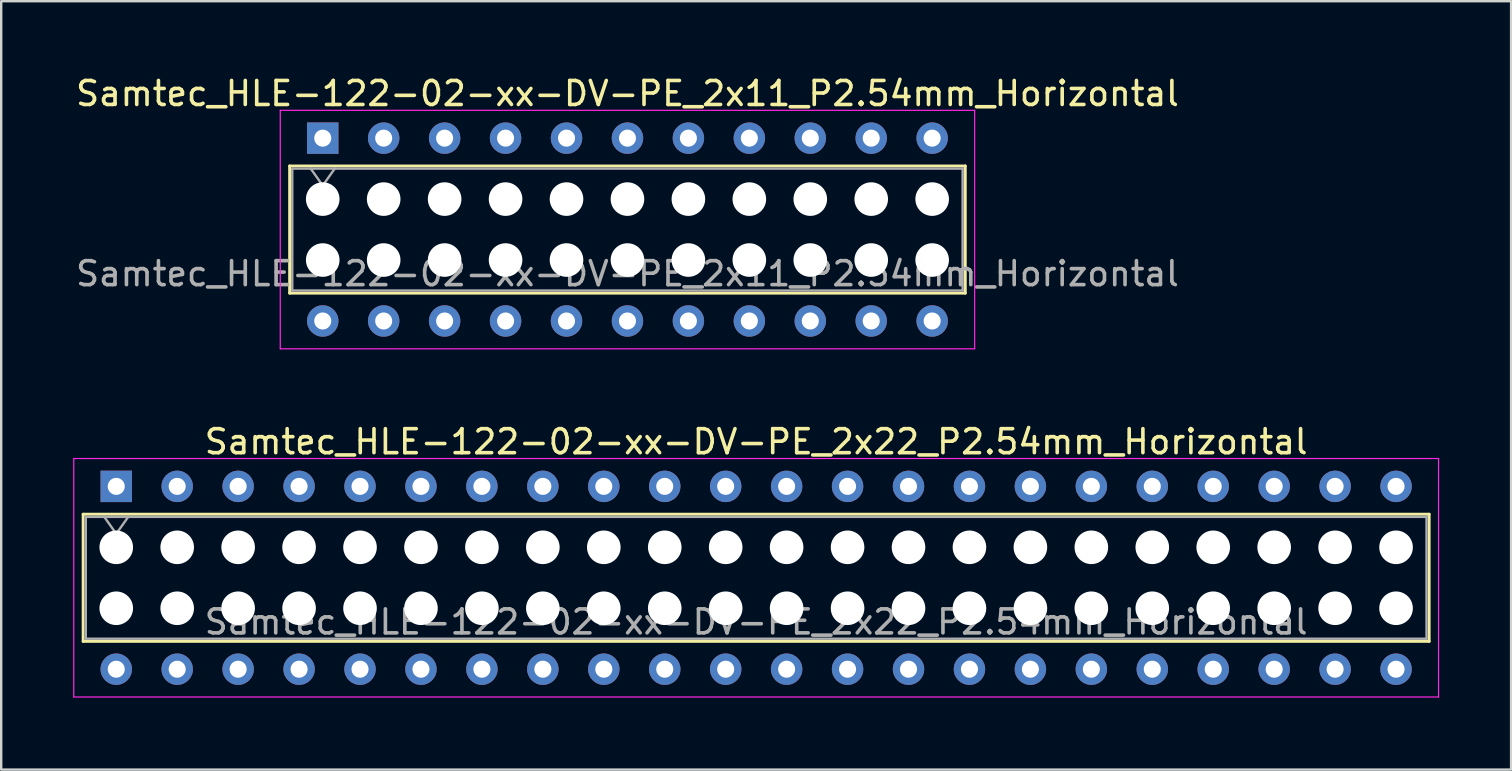
<source format=kicad_pcb>
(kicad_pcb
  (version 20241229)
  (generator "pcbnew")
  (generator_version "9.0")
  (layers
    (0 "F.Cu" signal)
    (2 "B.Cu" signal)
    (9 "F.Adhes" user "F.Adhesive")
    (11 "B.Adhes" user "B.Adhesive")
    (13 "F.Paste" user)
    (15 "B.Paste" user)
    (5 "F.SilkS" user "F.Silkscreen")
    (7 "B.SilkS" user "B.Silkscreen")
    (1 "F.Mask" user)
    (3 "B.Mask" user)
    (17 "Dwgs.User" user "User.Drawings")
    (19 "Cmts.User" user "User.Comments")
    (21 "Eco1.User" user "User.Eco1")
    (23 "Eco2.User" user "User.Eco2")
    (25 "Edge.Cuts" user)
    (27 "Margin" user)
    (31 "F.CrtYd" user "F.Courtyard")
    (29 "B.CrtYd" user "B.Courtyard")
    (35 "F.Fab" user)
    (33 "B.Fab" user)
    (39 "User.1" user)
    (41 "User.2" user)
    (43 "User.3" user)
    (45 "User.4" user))
  (footprint "Samtec_HLE-122-02-xx-DV-PE_2x11_P2.54mm_Horizontal"
    (layer "F.Cu")
    (at 10.401 2.708)
    (property "Reference" "Samtec_HLE-122-02-xx-DV-PE_2x11_P2.54mm_Horizontal" (at 12.7 -1.86 0) (layer "F.SilkS") (effects (font (size 1 1) (thickness 0.15))))
    (attr through_hole)
    (fp_line (start -1.38 1.16) (end 26.78 1.16) (stroke (width 0.12) (type solid)) (layer "F.SilkS"))
    (fp_line (start -1.38 6.46) (end -1.38 1.16) (stroke (width 0.12) (type solid)) (layer "F.SilkS"))
    (fp_line (start 26.78 1.16) (end 26.78 6.46) (stroke (width 0.12) (type solid)) (layer "F.SilkS"))
    (fp_line (start 26.78 6.46) (end -1.38 6.46) (stroke (width 0.12) (type solid)) (layer "F.SilkS"))
    (fp_line (start -1.77 -1.16) (end 27.17 -1.16) (stroke (width 0.05) (type solid)) (layer "F.CrtYd"))
    (fp_line (start -1.77 8.78) (end -1.77 -1.16) (stroke (width 0.05) (type solid)) (layer "F.CrtYd"))
    (fp_line (start 27.17 -1.16) (end 27.17 8.78) (stroke (width 0.05) (type solid)) (layer "F.CrtYd"))
    (fp_line (start 27.17 8.78) (end -1.77 8.78) (stroke (width 0.05) (type solid)) (layer "F.CrtYd"))
    (fp_line (start -1.27 1.27) (end 26.67 1.27) (stroke (width 0.1) (type solid)) (layer "F.Fab"))
    (fp_line (start -1.27 6.35) (end -1.27 1.27) (stroke (width 0.1) (type solid)) (layer "F.Fab"))
    (fp_line (start -0.5 1.27) (end 0 1.977) (stroke (width 0.1) (type solid)) (layer "F.Fab"))
    (fp_line (start 0 1.977) (end 0.5 1.27) (stroke (width 0.1) (type solid)) (layer "F.Fab"))
    (fp_line (start 26.67 1.27) (end 26.67 6.35) (stroke (width 0.1) (type solid)) (layer "F.Fab"))
    (fp_line (start 26.67 6.35) (end -1.27 6.35) (stroke (width 0.1) (type solid)) (layer "F.Fab"))
    (fp_text user "${REFERENCE}" (at 12.7 5.65 0) (layer "F.Fab") (effects (font (size 1 1) (thickness 0.15))))
    (pad "" np_thru_hole circle (at 0 2.54) (size 1.4 1.4) (drill 1.4) (layers "*.Cu" "*.Mask"))
    (pad "" np_thru_hole circle (at 0 5.08) (size 1.4 1.4) (drill 1.4) (layers "*.Cu" "*.Mask"))
    (pad "" np_thru_hole circle (at 2.54 2.54) (size 1.4 1.4) (drill 1.4) (layers "*.Cu" "*.Mask"))
    (pad "" np_thru_hole circle (at 2.54 5.08) (size 1.4 1.4) (drill 1.4) (layers "*.Cu" "*.Mask"))
    (pad "" np_thru_hole circle (at 5.08 2.54) (size 1.4 1.4) (drill 1.4) (layers "*.Cu" "*.Mask"))
    (pad "" np_thru_hole circle (at 5.08 5.08) (size 1.4 1.4) (drill 1.4) (layers "*.Cu" "*.Mask"))
    (pad "" np_thru_hole circle (at 7.62 2.54) (size 1.4 1.4) (drill 1.4) (layers "*.Cu" "*.Mask"))
    (pad "" np_thru_hole circle (at 7.62 5.08) (size 1.4 1.4) (drill 1.4) (layers "*.Cu" "*.Mask"))
    (pad "" np_thru_hole circle (at 10.16 2.54) (size 1.4 1.4) (drill 1.4) (layers "*.Cu" "*.Mask"))
    (pad "" np_thru_hole circle (at 10.16 5.08) (size 1.4 1.4) (drill 1.4) (layers "*.Cu" "*.Mask"))
    (pad "" np_thru_hole circle (at 12.7 2.54) (size 1.4 1.4) (drill 1.4) (layers "*.Cu" "*.Mask"))
    (pad "" np_thru_hole circle (at 12.7 5.08) (size 1.4 1.4) (drill 1.4) (layers "*.Cu" "*.Mask"))
    (pad "" np_thru_hole circle (at 15.24 2.54) (size 1.4 1.4) (drill 1.4) (layers "*.Cu" "*.Mask"))
    (pad "" np_thru_hole circle (at 15.24 5.08) (size 1.4 1.4) (drill 1.4) (layers "*.Cu" "*.Mask"))
    (pad "" np_thru_hole circle (at 17.78 2.54) (size 1.4 1.4) (drill 1.4) (layers "*.Cu" "*.Mask"))
    (pad "" np_thru_hole circle (at 17.78 5.08) (size 1.4 1.4) (drill 1.4) (layers "*.Cu" "*.Mask"))
    (pad "" np_thru_hole circle (at 20.32 2.54) (size 1.4 1.4) (drill 1.4) (layers "*.Cu" "*.Mask"))
    (pad "" np_thru_hole circle (at 20.32 5.08) (size 1.4 1.4) (drill 1.4) (layers "*.Cu" "*.Mask"))
    (pad "" np_thru_hole circle (at 22.86 2.54) (size 1.4 1.4) (drill 1.4) (layers "*.Cu" "*.Mask"))
    (pad "" np_thru_hole circle (at 22.86 5.08) (size 1.4 1.4) (drill 1.4) (layers "*.Cu" "*.Mask"))
    (pad "" np_thru_hole circle (at 25.4 2.54) (size 1.4 1.4) (drill 1.4) (layers "*.Cu" "*.Mask"))
    (pad "" np_thru_hole circle (at 25.4 5.08) (size 1.4 1.4) (drill 1.4) (layers "*.Cu" "*.Mask"))
    (pad "1" thru_hole rect (at 0 0) (size 1.31 1.31) (drill 0.71) (layers "*.Cu" "*.Mask"))
    (pad "2" thru_hole circle (at 0 7.62) (size 1.31 1.31) (drill 0.71) (layers "*.Cu" "*.Mask"))
    (pad "3" thru_hole circle (at 2.54 0) (size 1.31 1.31) (drill 0.71) (layers "*.Cu" "*.Mask"))
    (pad "4" thru_hole circle (at 2.54 7.62) (size 1.31 1.31) (drill 0.71) (layers "*.Cu" "*.Mask"))
    (pad "5" thru_hole circle (at 5.08 0) (size 1.31 1.31) (drill 0.71) (layers "*.Cu" "*.Mask"))
    (pad "6" thru_hole circle (at 5.08 7.62) (size 1.31 1.31) (drill 0.71) (layers "*.Cu" "*.Mask"))
    (pad "7" thru_hole circle (at 7.62 0) (size 1.31 1.31) (drill 0.71) (layers "*.Cu" "*.Mask"))
    (pad "8" thru_hole circle (at 7.62 7.62) (size 1.31 1.31) (drill 0.71) (layers "*.Cu" "*.Mask"))
    (pad "9" thru_hole circle (at 10.16 0) (size 1.31 1.31) (drill 0.71) (layers "*.Cu" "*.Mask"))
    (pad "10" thru_hole circle (at 10.16 7.62) (size 1.31 1.31) (drill 0.71) (layers "*.Cu" "*.Mask"))
    (pad "11" thru_hole circle (at 12.7 0) (size 1.31 1.31) (drill 0.71) (layers "*.Cu" "*.Mask"))
    (pad "12" thru_hole circle (at 12.7 7.62) (size 1.31 1.31) (drill 0.71) (layers "*.Cu" "*.Mask"))
    (pad "13" thru_hole circle (at 15.24 0) (size 1.31 1.31) (drill 0.71) (layers "*.Cu" "*.Mask"))
    (pad "14" thru_hole circle (at 15.24 7.62) (size 1.31 1.31) (drill 0.71) (layers "*.Cu" "*.Mask"))
    (pad "15" thru_hole circle (at 17.78 0) (size 1.31 1.31) (drill 0.71) (layers "*.Cu" "*.Mask"))
    (pad "16" thru_hole circle (at 17.78 7.62) (size 1.31 1.31) (drill 0.71) (layers "*.Cu" "*.Mask"))
    (pad "17" thru_hole circle (at 20.32 0) (size 1.31 1.31) (drill 0.71) (layers "*.Cu" "*.Mask"))
    (pad "18" thru_hole circle (at 20.32 7.62) (size 1.31 1.31) (drill 0.71) (layers "*.Cu" "*.Mask"))
    (pad "19" thru_hole circle (at 22.86 0) (size 1.31 1.31) (drill 0.71) (layers "*.Cu" "*.Mask"))
    (pad "20" thru_hole circle (at 22.86 7.62) (size 1.31 1.31) (drill 0.71) (layers "*.Cu" "*.Mask"))
    (pad "21" thru_hole circle (at 25.4 0) (size 1.31 1.31) (drill 0.71) (layers "*.Cu" "*.Mask"))
    (pad "22" thru_hole circle (at 25.4 7.62) (size 1.31 1.31) (drill 0.71) (layers "*.Cu" "*.Mask")))
  (footprint "Samtec_HLE-122-02-xx-DV-PE_2x22_P2.54mm_Horizontal"
    (layer "F.Cu")
    (at 1.795 17.221)
    (property "Reference" "Samtec_HLE-122-02-xx-DV-PE_2x22_P2.54mm_Horizontal" (at 26.67 -1.86 0) (layer "F.SilkS") (effects (font (size 1 1) (thickness 0.15))))
    (attr through_hole)
    (fp_line (start -1.38 1.16) (end 54.72 1.16) (stroke (width 0.12) (type solid)) (layer "F.SilkS"))
    (fp_line (start -1.38 6.46) (end -1.38 1.16) (stroke (width 0.12) (type solid)) (layer "F.SilkS"))
    (fp_line (start 54.72 1.16) (end 54.72 6.46) (stroke (width 0.12) (type solid)) (layer "F.SilkS"))
    (fp_line (start 54.72 6.46) (end -1.38 6.46) (stroke (width 0.12) (type solid)) (layer "F.SilkS"))
    (fp_line (start -1.77 -1.16) (end 55.11 -1.16) (stroke (width 0.05) (type solid)) (layer "F.CrtYd"))
    (fp_line (start -1.77 8.78) (end -1.77 -1.16) (stroke (width 0.05) (type solid)) (layer "F.CrtYd"))
    (fp_line (start 55.11 -1.16) (end 55.11 8.78) (stroke (width 0.05) (type solid)) (layer "F.CrtYd"))
    (fp_line (start 55.11 8.78) (end -1.77 8.78) (stroke (width 0.05) (type solid)) (layer "F.CrtYd"))
    (fp_line (start -1.27 1.27) (end 54.61 1.27) (stroke (width 0.1) (type solid)) (layer "F.Fab"))
    (fp_line (start -1.27 6.35) (end -1.27 1.27) (stroke (width 0.1) (type solid)) (layer "F.Fab"))
    (fp_line (start -0.5 1.27) (end 0 1.977) (stroke (width 0.1) (type solid)) (layer "F.Fab"))
    (fp_line (start 0 1.977) (end 0.5 1.27) (stroke (width 0.1) (type solid)) (layer "F.Fab"))
    (fp_line (start 54.61 1.27) (end 54.61 6.35) (stroke (width 0.1) (type solid)) (layer "F.Fab"))
    (fp_line (start 54.61 6.35) (end -1.27 6.35) (stroke (width 0.1) (type solid)) (layer "F.Fab"))
    (fp_text user "${REFERENCE}" (at 26.67 5.65 0) (layer "F.Fab") (effects (font (size 1 1) (thickness 0.15))))
    (pad "" np_thru_hole circle (at 0 2.54) (size 1.4 1.4) (drill 1.4) (layers "*.Cu" "*.Mask"))
    (pad "" np_thru_hole circle (at 0 5.08) (size 1.4 1.4) (drill 1.4) (layers "*.Cu" "*.Mask"))
    (pad "" np_thru_hole circle (at 2.54 2.54) (size 1.4 1.4) (drill 1.4) (layers "*.Cu" "*.Mask"))
    (pad "" np_thru_hole circle (at 2.54 5.08) (size 1.4 1.4) (drill 1.4) (layers "*.Cu" "*.Mask"))
    (pad "" np_thru_hole circle (at 5.08 2.54) (size 1.4 1.4) (drill 1.4) (layers "*.Cu" "*.Mask"))
    (pad "" np_thru_hole circle (at 5.08 5.08) (size 1.4 1.4) (drill 1.4) (layers "*.Cu" "*.Mask"))
    (pad "" np_thru_hole circle (at 7.62 2.54) (size 1.4 1.4) (drill 1.4) (layers "*.Cu" "*.Mask"))
    (pad "" np_thru_hole circle (at 7.62 5.08) (size 1.4 1.4) (drill 1.4) (layers "*.Cu" "*.Mask"))
    (pad "" np_thru_hole circle (at 10.16 2.54) (size 1.4 1.4) (drill 1.4) (layers "*.Cu" "*.Mask"))
    (pad "" np_thru_hole circle (at 10.16 5.08) (size 1.4 1.4) (drill 1.4) (layers "*.Cu" "*.Mask"))
    (pad "" np_thru_hole circle (at 12.7 2.54) (size 1.4 1.4) (drill 1.4) (layers "*.Cu" "*.Mask"))
    (pad "" np_thru_hole circle (at 12.7 5.08) (size 1.4 1.4) (drill 1.4) (layers "*.Cu" "*.Mask"))
    (pad "" np_thru_hole circle (at 15.24 2.54) (size 1.4 1.4) (drill 1.4) (layers "*.Cu" "*.Mask"))
    (pad "" np_thru_hole circle (at 15.24 5.08) (size 1.4 1.4) (drill 1.4) (layers "*.Cu" "*.Mask"))
    (pad "" np_thru_hole circle (at 17.78 2.54) (size 1.4 1.4) (drill 1.4) (layers "*.Cu" "*.Mask"))
    (pad "" np_thru_hole circle (at 17.78 5.08) (size 1.4 1.4) (drill 1.4) (layers "*.Cu" "*.Mask"))
    (pad "" np_thru_hole circle (at 20.32 2.54) (size 1.4 1.4) (drill 1.4) (layers "*.Cu" "*.Mask"))
    (pad "" np_thru_hole circle (at 20.32 5.08) (size 1.4 1.4) (drill 1.4) (layers "*.Cu" "*.Mask"))
    (pad "" np_thru_hole circle (at 22.86 2.54) (size 1.4 1.4) (drill 1.4) (layers "*.Cu" "*.Mask"))
    (pad "" np_thru_hole circle (at 22.86 5.08) (size 1.4 1.4) (drill 1.4) (layers "*.Cu" "*.Mask"))
    (pad "" np_thru_hole circle (at 25.4 2.54) (size 1.4 1.4) (drill 1.4) (layers "*.Cu" "*.Mask"))
    (pad "" np_thru_hole circle (at 25.4 5.08) (size 1.4 1.4) (drill 1.4) (layers "*.Cu" "*.Mask"))
    (pad "" np_thru_hole circle (at 27.94 2.54) (size 1.4 1.4) (drill 1.4) (layers "*.Cu" "*.Mask"))
    (pad "" np_thru_hole circle (at 27.94 5.08) (size 1.4 1.4) (drill 1.4) (layers "*.Cu" "*.Mask"))
    (pad "" np_thru_hole circle (at 30.48 2.54) (size 1.4 1.4) (drill 1.4) (layers "*.Cu" "*.Mask"))
    (pad "" np_thru_hole circle (at 30.48 5.08) (size 1.4 1.4) (drill 1.4) (layers "*.Cu" "*.Mask"))
    (pad "" np_thru_hole circle (at 33.02 2.54) (size 1.4 1.4) (drill 1.4) (layers "*.Cu" "*.Mask"))
    (pad "" np_thru_hole circle (at 33.02 5.08) (size 1.4 1.4) (drill 1.4) (layers "*.Cu" "*.Mask"))
    (pad "" np_thru_hole circle (at 35.56 2.54) (size 1.4 1.4) (drill 1.4) (layers "*.Cu" "*.Mask"))
    (pad "" np_thru_hole circle (at 35.56 5.08) (size 1.4 1.4) (drill 1.4) (layers "*.Cu" "*.Mask"))
    (pad "" np_thru_hole circle (at 38.1 2.54) (size 1.4 1.4) (drill 1.4) (layers "*.Cu" "*.Mask"))
    (pad "" np_thru_hole circle (at 38.1 5.08) (size 1.4 1.4) (drill 1.4) (layers "*.Cu" "*.Mask"))
    (pad "" np_thru_hole circle (at 40.64 2.54) (size 1.4 1.4) (drill 1.4) (layers "*.Cu" "*.Mask"))
    (pad "" np_thru_hole circle (at 40.64 5.08) (size 1.4 1.4) (drill 1.4) (layers "*.Cu" "*.Mask"))
    (pad "" np_thru_hole circle (at 43.18 2.54) (size 1.4 1.4) (drill 1.4) (layers "*.Cu" "*.Mask"))
    (pad "" np_thru_hole circle (at 43.18 5.08) (size 1.4 1.4) (drill 1.4) (layers "*.Cu" "*.Mask"))
    (pad "" np_thru_hole circle (at 45.72 2.54) (size 1.4 1.4) (drill 1.4) (layers "*.Cu" "*.Mask"))
    (pad "" np_thru_hole circle (at 45.72 5.08) (size 1.4 1.4) (drill 1.4) (layers "*.Cu" "*.Mask"))
    (pad "" np_thru_hole circle (at 48.26 2.54) (size 1.4 1.4) (drill 1.4) (layers "*.Cu" "*.Mask"))
    (pad "" np_thru_hole circle (at 48.26 5.08) (size 1.4 1.4) (drill 1.4) (layers "*.Cu" "*.Mask"))
    (pad "" np_thru_hole circle (at 50.8 2.54) (size 1.4 1.4) (drill 1.4) (layers "*.Cu" "*.Mask"))
    (pad "" np_thru_hole circle (at 50.8 5.08) (size 1.4 1.4) (drill 1.4) (layers "*.Cu" "*.Mask"))
    (pad "" np_thru_hole circle (at 53.34 2.54) (size 1.4 1.4) (drill 1.4) (layers "*.Cu" "*.Mask"))
    (pad "" np_thru_hole circle (at 53.34 5.08) (size 1.4 1.4) (drill 1.4) (layers "*.Cu" "*.Mask"))
    (pad "1" thru_hole rect (at 0 0) (size 1.31 1.31) (drill 0.71) (layers "*.Cu" "*.Mask"))
    (pad "2" thru_hole circle (at 0 7.62) (size 1.31 1.31) (drill 0.71) (layers "*.Cu" "*.Mask"))
    (pad "3" thru_hole circle (at 2.54 0) (size 1.31 1.31) (drill 0.71) (layers "*.Cu" "*.Mask"))
    (pad "4" thru_hole circle (at 2.54 7.62) (size 1.31 1.31) (drill 0.71) (layers "*.Cu" "*.Mask"))
    (pad "5" thru_hole circle (at 5.08 0) (size 1.31 1.31) (drill 0.71) (layers "*.Cu" "*.Mask"))
    (pad "6" thru_hole circle (at 5.08 7.62) (size 1.31 1.31) (drill 0.71) (layers "*.Cu" "*.Mask"))
    (pad "7" thru_hole circle (at 7.62 0) (size 1.31 1.31) (drill 0.71) (layers "*.Cu" "*.Mask"))
    (pad "8" thru_hole circle (at 7.62 7.62) (size 1.31 1.31) (drill 0.71) (layers "*.Cu" "*.Mask"))
    (pad "9" thru_hole circle (at 10.16 0) (size 1.31 1.31) (drill 0.71) (layers "*.Cu" "*.Mask"))
    (pad "10" thru_hole circle (at 10.16 7.62) (size 1.31 1.31) (drill 0.71) (layers "*.Cu" "*.Mask"))
    (pad "11" thru_hole circle (at 12.7 0) (size 1.31 1.31) (drill 0.71) (layers "*.Cu" "*.Mask"))
    (pad "12" thru_hole circle (at 12.7 7.62) (size 1.31 1.31) (drill 0.71) (layers "*.Cu" "*.Mask"))
    (pad "13" thru_hole circle (at 15.24 0) (size 1.31 1.31) (drill 0.71) (layers "*.Cu" "*.Mask"))
    (pad "14" thru_hole circle (at 15.24 7.62) (size 1.31 1.31) (drill 0.71) (layers "*.Cu" "*.Mask"))
    (pad "15" thru_hole circle (at 17.78 0) (size 1.31 1.31) (drill 0.71) (layers "*.Cu" "*.Mask"))
    (pad "16" thru_hole circle (at 17.78 7.62) (size 1.31 1.31) (drill 0.71) (layers "*.Cu" "*.Mask"))
    (pad "17" thru_hole circle (at 20.32 0) (size 1.31 1.31) (drill 0.71) (layers "*.Cu" "*.Mask"))
    (pad "18" thru_hole circle (at 20.32 7.62) (size 1.31 1.31) (drill 0.71) (layers "*.Cu" "*.Mask"))
    (pad "19" thru_hole circle (at 22.86 0) (size 1.31 1.31) (drill 0.71) (layers "*.Cu" "*.Mask"))
    (pad "20" thru_hole circle (at 22.86 7.62) (size 1.31 1.31) (drill 0.71) (layers "*.Cu" "*.Mask"))
    (pad "21" thru_hole circle (at 25.4 0) (size 1.31 1.31) (drill 0.71) (layers "*.Cu" "*.Mask"))
    (pad "22" thru_hole circle (at 25.4 7.62) (size 1.31 1.31) (drill 0.71) (layers "*.Cu" "*.Mask"))
    (pad "23" thru_hole circle (at 27.94 0) (size 1.31 1.31) (drill 0.71) (layers "*.Cu" "*.Mask"))
    (pad "24" thru_hole circle (at 27.94 7.62) (size 1.31 1.31) (drill 0.71) (layers "*.Cu" "*.Mask"))
    (pad "25" thru_hole circle (at 30.48 0) (size 1.31 1.31) (drill 0.71) (layers "*.Cu" "*.Mask"))
    (pad "26" thru_hole circle (at 30.48 7.62) (size 1.31 1.31) (drill 0.71) (layers "*.Cu" "*.Mask"))
    (pad "27" thru_hole circle (at 33.02 0) (size 1.31 1.31) (drill 0.71) (layers "*.Cu" "*.Mask"))
    (pad "28" thru_hole circle (at 33.02 7.62) (size 1.31 1.31) (drill 0.71) (layers "*.Cu" "*.Mask"))
    (pad "29" thru_hole circle (at 35.56 0) (size 1.31 1.31) (drill 0.71) (layers "*.Cu" "*.Mask"))
    (pad "30" thru_hole circle (at 35.56 7.62) (size 1.31 1.31) (drill 0.71) (layers "*.Cu" "*.Mask"))
    (pad "31" thru_hole circle (at 38.1 0) (size 1.31 1.31) (drill 0.71) (layers "*.Cu" "*.Mask"))
    (pad "32" thru_hole circle (at 38.1 7.62) (size 1.31 1.31) (drill 0.71) (layers "*.Cu" "*.Mask"))
    (pad "33" thru_hole circle (at 40.64 0) (size 1.31 1.31) (drill 0.71) (layers "*.Cu" "*.Mask"))
    (pad "34" thru_hole circle (at 40.64 7.62) (size 1.31 1.31) (drill 0.71) (layers "*.Cu" "*.Mask"))
    (pad "35" thru_hole circle (at 43.18 0) (size 1.31 1.31) (drill 0.71) (layers "*.Cu" "*.Mask"))
    (pad "36" thru_hole circle (at 43.18 7.62) (size 1.31 1.31) (drill 0.71) (layers "*.Cu" "*.Mask"))
    (pad "37" thru_hole circle (at 45.72 0) (size 1.31 1.31) (drill 0.71) (layers "*.Cu" "*.Mask"))
    (pad "38" thru_hole circle (at 45.72 7.62) (size 1.31 1.31) (drill 0.71) (layers "*.Cu" "*.Mask"))
    (pad "39" thru_hole circle (at 48.26 0) (size 1.31 1.31) (drill 0.71) (layers "*.Cu" "*.Mask"))
    (pad "40" thru_hole circle (at 48.26 7.62) (size 1.31 1.31) (drill 0.71) (layers "*.Cu" "*.Mask"))
    (pad "41" thru_hole circle (at 50.8 0) (size 1.31 1.31) (drill 0.71) (layers "*.Cu" "*.Mask"))
    (pad "42" thru_hole circle (at 50.8 7.62) (size 1.31 1.31) (drill 0.71) (layers "*.Cu" "*.Mask"))
    (pad "43" thru_hole circle (at 53.34 0) (size 1.31 1.31) (drill 0.71) (layers "*.Cu" "*.Mask"))
    (pad "44" thru_hole circle (at 53.34 7.62) (size 1.31 1.31) (drill 0.71) (layers "*.Cu" "*.Mask")))
  (gr_rect
    (start -3 -3)
    (end 59.93 29.026)
    (stroke (width 0.1) (type default))
    (fill no)
    (layer "Edge.Cuts")))
</source>
